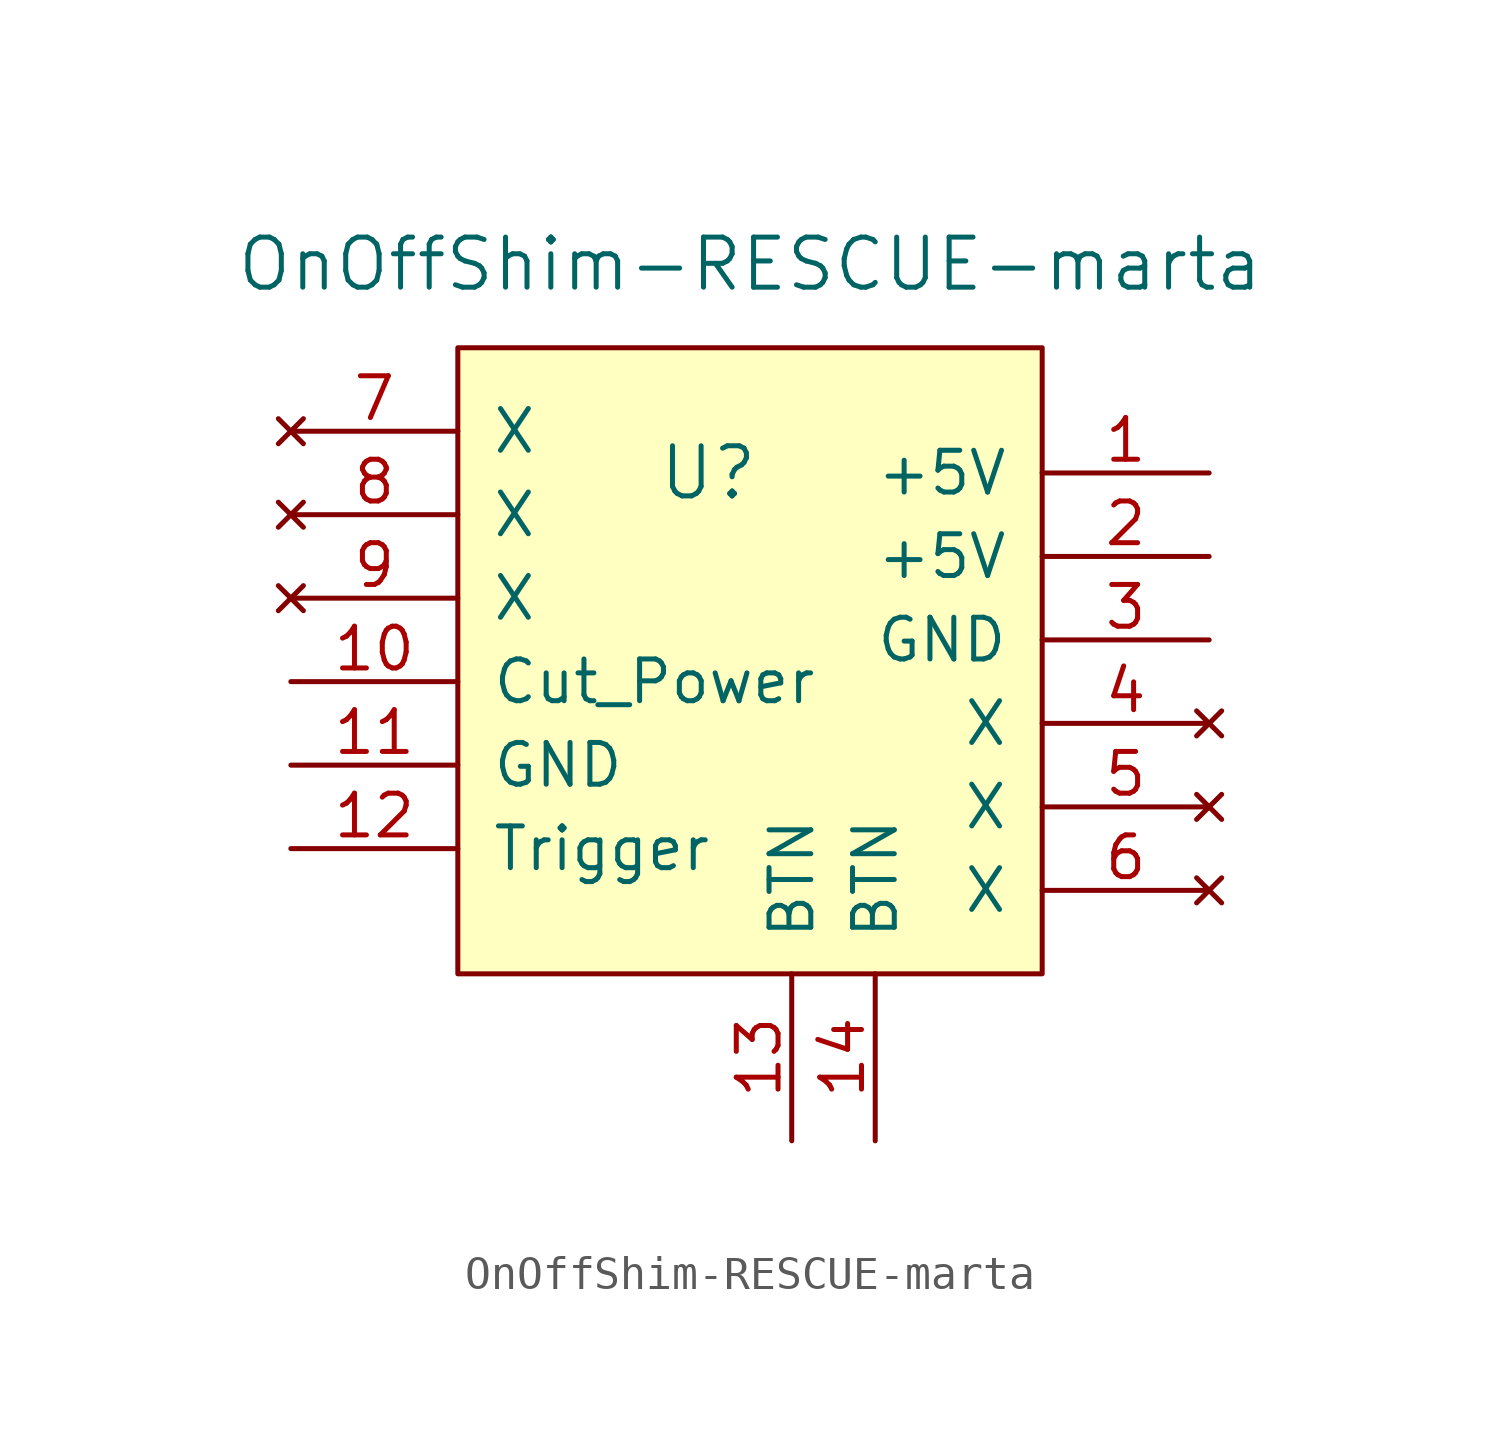
<source format=kicad_sym>
(kicad_symbol_lib
  (version 20231120)
  (generator "kicad_symbol_editor")
  (generator_version "8.0")
  (symbol "OnOffShim-RESCUE-marta"
    (pin_names
      (offset 1.016))
    (property "Reference" "U"
      (at -13.97 29.21 0)
      (effects (font (size 1.524 1.524))))
    (property "Value" "OnOffShim-RESCUE-marta"
      (at -12.7 35.56 0)
      (effects (font (size 1.524 1.524))))
    (symbol "OnOffShim-RESCUE-marta_0_1"
      (rectangle (start -21.59 33.02) (end -3.81 13.97) (stroke (width 0) (type solid)) (fill (type background))))
    (symbol "OnOffShim-RESCUE-marta_1_1"
      (pin power_in line (at 1.27 29.21 180) (length 5.08) (name "+5V" (effects (font (size 1.27 1.27)))) (number "1" (effects (font (size 1.27 1.27)))))
      (pin input line (at -26.67 22.86 0) (length 5.08) (name "Cut_Power" (effects (font (size 1.27 1.27)))) (number "10" (effects (font (size 1.27 1.27)))))
      (pin power_in line (at -26.67 20.32 0) (length 5.08) (name "GND" (effects (font (size 1.27 1.27)))) (number "11" (effects (font (size 1.27 1.27)))))
      (pin output line (at -26.67 17.78 0) (length 5.08) (name "Trigger" (effects (font (size 1.27 1.27)))) (number "12" (effects (font (size 1.27 1.27)))))
      (pin power_out line (at -11.43 8.89 90) (length 5.08) (name "BTN" (effects (font (size 1.27 1.27)))) (number "13" (effects (font (size 1.27 1.27)))))
      (pin power_out line (at -8.89 8.89 90) (length 5.08) (name "BTN" (effects (font (size 1.27 1.27)))) (number "14" (effects (font (size 1.27 1.27)))))
      (pin power_in line (at 1.27 26.67 180) (length 5.08) (name "+5V" (effects (font (size 1.27 1.27)))) (number "2" (effects (font (size 1.27 1.27)))))
      (pin power_in line (at 1.27 24.13 180) (length 5.08) (name "GND" (effects (font (size 1.27 1.27)))) (number "3" (effects (font (size 1.27 1.27)))))
      (pin no_connect line (at 1.27 21.59 180) (length 5.08) (name "X" (effects (font (size 1.27 1.27)))) (number "4" (effects (font (size 1.27 1.27)))))
      (pin no_connect line (at 1.27 19.05 180) (length 5.08) (name "X" (effects (font (size 1.27 1.27)))) (number "5" (effects (font (size 1.27 1.27)))))
      (pin no_connect line (at 1.27 16.51 180) (length 5.08) (name "X" (effects (font (size 1.27 1.27)))) (number "6" (effects (font (size 1.27 1.27)))))
      (pin no_connect line (at -26.67 30.48 0) (length 5.08) (name "X" (effects (font (size 1.27 1.27)))) (number "7" (effects (font (size 1.27 1.27)))))
      (pin no_connect line (at -26.67 27.94 0) (length 5.08) (name "X" (effects (font (size 1.27 1.27)))) (number "8" (effects (font (size 1.27 1.27)))))
      (pin no_connect line (at -26.67 25.4 0) (length 5.08) (name "X" (effects (font (size 1.27 1.27)))) (number "9" (effects (font (size 1.27 1.27))))))))
</source>
